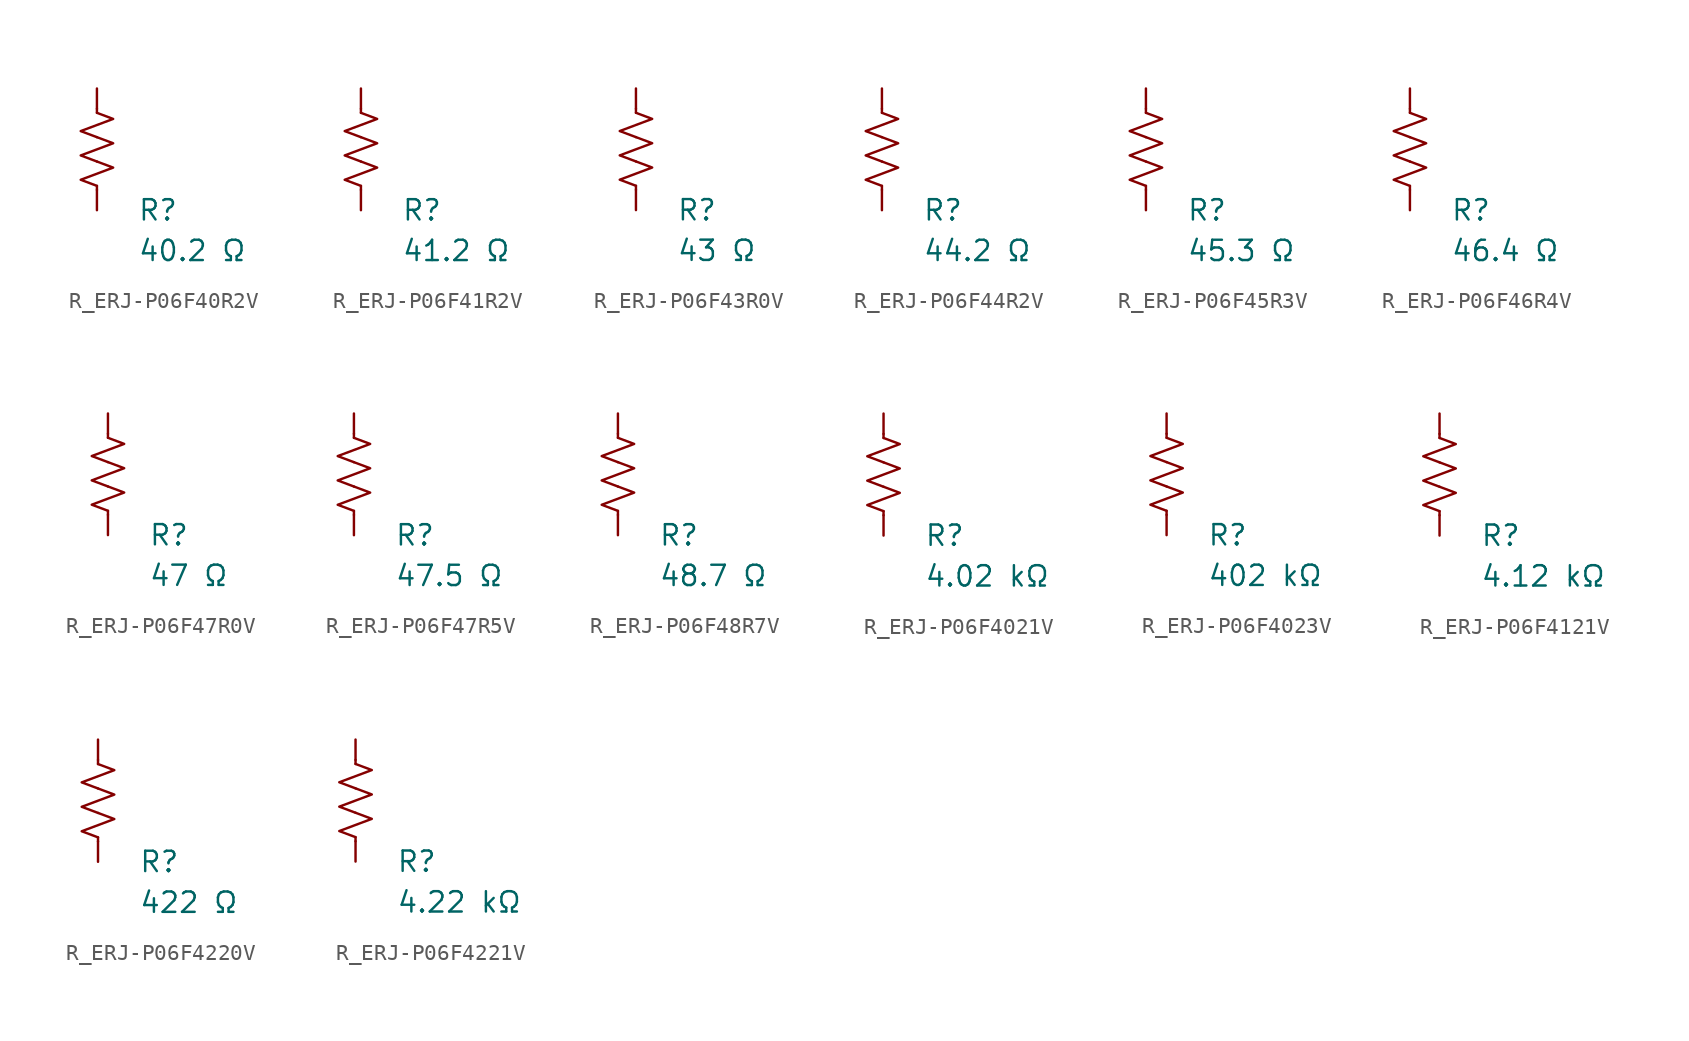
<source format=kicad_sym>
(kicad_symbol_lib
  (version 20231120)
  (generator "kicad_symbol_editor")
  (generator_version "8.0")
  (symbol "R_ERJ-P06F40R2V"
    (pin_numbers hide)
    (pin_names
      (offset 0))
    (property "Reference" "R"
      (at 2.54 -3.81 0)
      (effects (font (size 1.27 1.27)) (justify left))
      (show_name no))
    (property "Value" "40.2 Ω"
      (at 2.54 -6.35 0)
      (effects (font (size 1.27 1.27)) (justify left))
      (show_name no))
    (symbol "R_ERJ-P06F40R2V_0_1"
      (polyline (pts (xy 0 -2.286) (xy 0 -2.54)) (stroke (width 0) (type default)) (fill (type none)))
      (polyline (pts (xy 0 2.286) (xy 0 2.54)) (stroke (width 0) (type default)) (fill (type none)))
      (polyline (pts (xy 0 -0.762) (xy 1.016 -1.143) (xy 0 -1.524) (xy -1.016 -1.905) (xy 0 -2.286)) (stroke (width 0) (type default)) (fill (type none)))
      (polyline (pts (xy 0 0.762) (xy 1.016 0.381) (xy 0 0) (xy -1.016 -0.381) (xy 0 -0.762)) (stroke (width 0) (type default)) (fill (type none)))
      (polyline (pts (xy 0 2.286) (xy 1.016 1.905) (xy 0 1.524) (xy -1.016 1.143) (xy 0 0.762)) (stroke (width 0) (type default)) (fill (type none))))
    (symbol "R_ERJ-P06F40R2V_1_1"
      (pin passive line (at 0 3.81 270) (length 1.27) (name "~" (effects (font (size 1.27 1.27)))) (number "1" (effects (font (size 1.27 1.27)))))
      (pin passive line (at 0 -3.81 90) (length 1.27) (name "~" (effects (font (size 1.27 1.27)))) (number "2" (effects (font (size 1.27 1.27)))))))
  (symbol "R_ERJ-P06F41R2V"
    (pin_numbers hide)
    (pin_names
      (offset 0))
    (property "Reference" "R"
      (at 2.54 -3.81 0)
      (effects (font (size 1.27 1.27)) (justify left))
      (show_name no))
    (property "Value" "41.2 Ω"
      (at 2.54 -6.35 0)
      (effects (font (size 1.27 1.27)) (justify left))
      (show_name no))
    (symbol "R_ERJ-P06F41R2V_0_1"
      (polyline (pts (xy 0 -2.286) (xy 0 -2.54)) (stroke (width 0) (type default)) (fill (type none)))
      (polyline (pts (xy 0 2.286) (xy 0 2.54)) (stroke (width 0) (type default)) (fill (type none)))
      (polyline (pts (xy 0 -0.762) (xy 1.016 -1.143) (xy 0 -1.524) (xy -1.016 -1.905) (xy 0 -2.286)) (stroke (width 0) (type default)) (fill (type none)))
      (polyline (pts (xy 0 0.762) (xy 1.016 0.381) (xy 0 0) (xy -1.016 -0.381) (xy 0 -0.762)) (stroke (width 0) (type default)) (fill (type none)))
      (polyline (pts (xy 0 2.286) (xy 1.016 1.905) (xy 0 1.524) (xy -1.016 1.143) (xy 0 0.762)) (stroke (width 0) (type default)) (fill (type none))))
    (symbol "R_ERJ-P06F41R2V_1_1"
      (pin passive line (at 0 3.81 270) (length 1.27) (name "~" (effects (font (size 1.27 1.27)))) (number "1" (effects (font (size 1.27 1.27)))))
      (pin passive line (at 0 -3.81 90) (length 1.27) (name "~" (effects (font (size 1.27 1.27)))) (number "2" (effects (font (size 1.27 1.27)))))))
  (symbol "R_ERJ-P06F43R0V"
    (pin_numbers hide)
    (pin_names
      (offset 0))
    (property "Reference" "R"
      (at 2.54 -3.81 0)
      (effects (font (size 1.27 1.27)) (justify left))
      (show_name no))
    (property "Value" "43 Ω"
      (at 2.54 -6.35 0)
      (effects (font (size 1.27 1.27)) (justify left))
      (show_name no))
    (symbol "R_ERJ-P06F43R0V_0_1"
      (polyline (pts (xy 0 -2.286) (xy 0 -2.54)) (stroke (width 0) (type default)) (fill (type none)))
      (polyline (pts (xy 0 2.286) (xy 0 2.54)) (stroke (width 0) (type default)) (fill (type none)))
      (polyline (pts (xy 0 -0.762) (xy 1.016 -1.143) (xy 0 -1.524) (xy -1.016 -1.905) (xy 0 -2.286)) (stroke (width 0) (type default)) (fill (type none)))
      (polyline (pts (xy 0 0.762) (xy 1.016 0.381) (xy 0 0) (xy -1.016 -0.381) (xy 0 -0.762)) (stroke (width 0) (type default)) (fill (type none)))
      (polyline (pts (xy 0 2.286) (xy 1.016 1.905) (xy 0 1.524) (xy -1.016 1.143) (xy 0 0.762)) (stroke (width 0) (type default)) (fill (type none))))
    (symbol "R_ERJ-P06F43R0V_1_1"
      (pin passive line (at 0 3.81 270) (length 1.27) (name "~" (effects (font (size 1.27 1.27)))) (number "1" (effects (font (size 1.27 1.27)))))
      (pin passive line (at 0 -3.81 90) (length 1.27) (name "~" (effects (font (size 1.27 1.27)))) (number "2" (effects (font (size 1.27 1.27)))))))
  (symbol "R_ERJ-P06F44R2V"
    (pin_numbers hide)
    (pin_names
      (offset 0))
    (property "Reference" "R"
      (at 2.54 -3.81 0)
      (effects (font (size 1.27 1.27)) (justify left))
      (show_name no))
    (property "Value" "44.2 Ω"
      (at 2.54 -6.35 0)
      (effects (font (size 1.27 1.27)) (justify left))
      (show_name no))
    (symbol "R_ERJ-P06F44R2V_0_1"
      (polyline (pts (xy 0 -2.286) (xy 0 -2.54)) (stroke (width 0) (type default)) (fill (type none)))
      (polyline (pts (xy 0 2.286) (xy 0 2.54)) (stroke (width 0) (type default)) (fill (type none)))
      (polyline (pts (xy 0 -0.762) (xy 1.016 -1.143) (xy 0 -1.524) (xy -1.016 -1.905) (xy 0 -2.286)) (stroke (width 0) (type default)) (fill (type none)))
      (polyline (pts (xy 0 0.762) (xy 1.016 0.381) (xy 0 0) (xy -1.016 -0.381) (xy 0 -0.762)) (stroke (width 0) (type default)) (fill (type none)))
      (polyline (pts (xy 0 2.286) (xy 1.016 1.905) (xy 0 1.524) (xy -1.016 1.143) (xy 0 0.762)) (stroke (width 0) (type default)) (fill (type none))))
    (symbol "R_ERJ-P06F44R2V_1_1"
      (pin passive line (at 0 3.81 270) (length 1.27) (name "~" (effects (font (size 1.27 1.27)))) (number "1" (effects (font (size 1.27 1.27)))))
      (pin passive line (at 0 -3.81 90) (length 1.27) (name "~" (effects (font (size 1.27 1.27)))) (number "2" (effects (font (size 1.27 1.27)))))))
  (symbol "R_ERJ-P06F45R3V"
    (pin_numbers hide)
    (pin_names
      (offset 0))
    (property "Reference" "R"
      (at 2.54 -3.81 0)
      (effects (font (size 1.27 1.27)) (justify left))
      (show_name no))
    (property "Value" "45.3 Ω"
      (at 2.54 -6.35 0)
      (effects (font (size 1.27 1.27)) (justify left))
      (show_name no))
    (symbol "R_ERJ-P06F45R3V_0_1"
      (polyline (pts (xy 0 -2.286) (xy 0 -2.54)) (stroke (width 0) (type default)) (fill (type none)))
      (polyline (pts (xy 0 2.286) (xy 0 2.54)) (stroke (width 0) (type default)) (fill (type none)))
      (polyline (pts (xy 0 -0.762) (xy 1.016 -1.143) (xy 0 -1.524) (xy -1.016 -1.905) (xy 0 -2.286)) (stroke (width 0) (type default)) (fill (type none)))
      (polyline (pts (xy 0 0.762) (xy 1.016 0.381) (xy 0 0) (xy -1.016 -0.381) (xy 0 -0.762)) (stroke (width 0) (type default)) (fill (type none)))
      (polyline (pts (xy 0 2.286) (xy 1.016 1.905) (xy 0 1.524) (xy -1.016 1.143) (xy 0 0.762)) (stroke (width 0) (type default)) (fill (type none))))
    (symbol "R_ERJ-P06F45R3V_1_1"
      (pin passive line (at 0 3.81 270) (length 1.27) (name "~" (effects (font (size 1.27 1.27)))) (number "1" (effects (font (size 1.27 1.27)))))
      (pin passive line (at 0 -3.81 90) (length 1.27) (name "~" (effects (font (size 1.27 1.27)))) (number "2" (effects (font (size 1.27 1.27)))))))
  (symbol "R_ERJ-P06F46R4V"
    (pin_numbers hide)
    (pin_names
      (offset 0))
    (property "Reference" "R"
      (at 2.54 -3.81 0)
      (effects (font (size 1.27 1.27)) (justify left))
      (show_name no))
    (property "Value" "46.4 Ω"
      (at 2.54 -6.35 0)
      (effects (font (size 1.27 1.27)) (justify left))
      (show_name no))
    (symbol "R_ERJ-P06F46R4V_0_1"
      (polyline (pts (xy 0 -2.286) (xy 0 -2.54)) (stroke (width 0) (type default)) (fill (type none)))
      (polyline (pts (xy 0 2.286) (xy 0 2.54)) (stroke (width 0) (type default)) (fill (type none)))
      (polyline (pts (xy 0 -0.762) (xy 1.016 -1.143) (xy 0 -1.524) (xy -1.016 -1.905) (xy 0 -2.286)) (stroke (width 0) (type default)) (fill (type none)))
      (polyline (pts (xy 0 0.762) (xy 1.016 0.381) (xy 0 0) (xy -1.016 -0.381) (xy 0 -0.762)) (stroke (width 0) (type default)) (fill (type none)))
      (polyline (pts (xy 0 2.286) (xy 1.016 1.905) (xy 0 1.524) (xy -1.016 1.143) (xy 0 0.762)) (stroke (width 0) (type default)) (fill (type none))))
    (symbol "R_ERJ-P06F46R4V_1_1"
      (pin passive line (at 0 3.81 270) (length 1.27) (name "~" (effects (font (size 1.27 1.27)))) (number "1" (effects (font (size 1.27 1.27)))))
      (pin passive line (at 0 -3.81 90) (length 1.27) (name "~" (effects (font (size 1.27 1.27)))) (number "2" (effects (font (size 1.27 1.27)))))))
  (symbol "R_ERJ-P06F47R0V"
    (pin_numbers hide)
    (pin_names
      (offset 0))
    (property "Reference" "R"
      (at 2.54 -3.81 0)
      (effects (font (size 1.27 1.27)) (justify left))
      (show_name no))
    (property "Value" "47 Ω"
      (at 2.54 -6.35 0)
      (effects (font (size 1.27 1.27)) (justify left))
      (show_name no))
    (symbol "R_ERJ-P06F47R0V_0_1"
      (polyline (pts (xy 0 -2.286) (xy 0 -2.54)) (stroke (width 0) (type default)) (fill (type none)))
      (polyline (pts (xy 0 2.286) (xy 0 2.54)) (stroke (width 0) (type default)) (fill (type none)))
      (polyline (pts (xy 0 -0.762) (xy 1.016 -1.143) (xy 0 -1.524) (xy -1.016 -1.905) (xy 0 -2.286)) (stroke (width 0) (type default)) (fill (type none)))
      (polyline (pts (xy 0 0.762) (xy 1.016 0.381) (xy 0 0) (xy -1.016 -0.381) (xy 0 -0.762)) (stroke (width 0) (type default)) (fill (type none)))
      (polyline (pts (xy 0 2.286) (xy 1.016 1.905) (xy 0 1.524) (xy -1.016 1.143) (xy 0 0.762)) (stroke (width 0) (type default)) (fill (type none))))
    (symbol "R_ERJ-P06F47R0V_1_1"
      (pin passive line (at 0 3.81 270) (length 1.27) (name "~" (effects (font (size 1.27 1.27)))) (number "1" (effects (font (size 1.27 1.27)))))
      (pin passive line (at 0 -3.81 90) (length 1.27) (name "~" (effects (font (size 1.27 1.27)))) (number "2" (effects (font (size 1.27 1.27)))))))
  (symbol "R_ERJ-P06F47R5V"
    (pin_numbers hide)
    (pin_names
      (offset 0))
    (property "Reference" "R"
      (at 2.54 -3.81 0)
      (effects (font (size 1.27 1.27)) (justify left))
      (show_name no))
    (property "Value" "47.5 Ω"
      (at 2.54 -6.35 0)
      (effects (font (size 1.27 1.27)) (justify left))
      (show_name no))
    (symbol "R_ERJ-P06F47R5V_0_1"
      (polyline (pts (xy 0 -2.286) (xy 0 -2.54)) (stroke (width 0) (type default)) (fill (type none)))
      (polyline (pts (xy 0 2.286) (xy 0 2.54)) (stroke (width 0) (type default)) (fill (type none)))
      (polyline (pts (xy 0 -0.762) (xy 1.016 -1.143) (xy 0 -1.524) (xy -1.016 -1.905) (xy 0 -2.286)) (stroke (width 0) (type default)) (fill (type none)))
      (polyline (pts (xy 0 0.762) (xy 1.016 0.381) (xy 0 0) (xy -1.016 -0.381) (xy 0 -0.762)) (stroke (width 0) (type default)) (fill (type none)))
      (polyline (pts (xy 0 2.286) (xy 1.016 1.905) (xy 0 1.524) (xy -1.016 1.143) (xy 0 0.762)) (stroke (width 0) (type default)) (fill (type none))))
    (symbol "R_ERJ-P06F47R5V_1_1"
      (pin passive line (at 0 3.81 270) (length 1.27) (name "~" (effects (font (size 1.27 1.27)))) (number "1" (effects (font (size 1.27 1.27)))))
      (pin passive line (at 0 -3.81 90) (length 1.27) (name "~" (effects (font (size 1.27 1.27)))) (number "2" (effects (font (size 1.27 1.27)))))))
  (symbol "R_ERJ-P06F48R7V"
    (pin_numbers hide)
    (pin_names
      (offset 0))
    (property "Reference" "R"
      (at 2.54 -3.81 0)
      (effects (font (size 1.27 1.27)) (justify left))
      (show_name no))
    (property "Value" "48.7 Ω"
      (at 2.54 -6.35 0)
      (effects (font (size 1.27 1.27)) (justify left))
      (show_name no))
    (symbol "R_ERJ-P06F48R7V_0_1"
      (polyline (pts (xy 0 -2.286) (xy 0 -2.54)) (stroke (width 0) (type default)) (fill (type none)))
      (polyline (pts (xy 0 2.286) (xy 0 2.54)) (stroke (width 0) (type default)) (fill (type none)))
      (polyline (pts (xy 0 -0.762) (xy 1.016 -1.143) (xy 0 -1.524) (xy -1.016 -1.905) (xy 0 -2.286)) (stroke (width 0) (type default)) (fill (type none)))
      (polyline (pts (xy 0 0.762) (xy 1.016 0.381) (xy 0 0) (xy -1.016 -0.381) (xy 0 -0.762)) (stroke (width 0) (type default)) (fill (type none)))
      (polyline (pts (xy 0 2.286) (xy 1.016 1.905) (xy 0 1.524) (xy -1.016 1.143) (xy 0 0.762)) (stroke (width 0) (type default)) (fill (type none))))
    (symbol "R_ERJ-P06F48R7V_1_1"
      (pin passive line (at 0 3.81 270) (length 1.27) (name "~" (effects (font (size 1.27 1.27)))) (number "1" (effects (font (size 1.27 1.27)))))
      (pin passive line (at 0 -3.81 90) (length 1.27) (name "~" (effects (font (size 1.27 1.27)))) (number "2" (effects (font (size 1.27 1.27)))))))
  (symbol "R_ERJ-P06F4021V"
    (pin_numbers hide)
    (pin_names
      (offset 0))
    (property "Reference" "R"
      (at 2.54 -3.81 0)
      (effects (font (size 1.27 1.27)) (justify left))
      (show_name no))
    (property "Value" "4.02 kΩ"
      (at 2.54 -6.35 0)
      (effects (font (size 1.27 1.27)) (justify left))
      (show_name no))
    (symbol "R_ERJ-P06F4021V_0_1"
      (polyline (pts (xy 0 -2.286) (xy 0 -2.54)) (stroke (width 0) (type default)) (fill (type none)))
      (polyline (pts (xy 0 2.286) (xy 0 2.54)) (stroke (width 0) (type default)) (fill (type none)))
      (polyline (pts (xy 0 -0.762) (xy 1.016 -1.143) (xy 0 -1.524) (xy -1.016 -1.905) (xy 0 -2.286)) (stroke (width 0) (type default)) (fill (type none)))
      (polyline (pts (xy 0 0.762) (xy 1.016 0.381) (xy 0 0) (xy -1.016 -0.381) (xy 0 -0.762)) (stroke (width 0) (type default)) (fill (type none)))
      (polyline (pts (xy 0 2.286) (xy 1.016 1.905) (xy 0 1.524) (xy -1.016 1.143) (xy 0 0.762)) (stroke (width 0) (type default)) (fill (type none))))
    (symbol "R_ERJ-P06F4021V_1_1"
      (pin passive line (at 0 3.81 270) (length 1.27) (name "~" (effects (font (size 1.27 1.27)))) (number "1" (effects (font (size 1.27 1.27)))))
      (pin passive line (at 0 -3.81 90) (length 1.27) (name "~" (effects (font (size 1.27 1.27)))) (number "2" (effects (font (size 1.27 1.27)))))))
  (symbol "R_ERJ-P06F4023V"
    (pin_numbers hide)
    (pin_names
      (offset 0))
    (property "Reference" "R"
      (at 2.54 -3.81 0)
      (effects (font (size 1.27 1.27)) (justify left))
      (show_name no))
    (property "Value" "402 kΩ"
      (at 2.54 -6.35 0)
      (effects (font (size 1.27 1.27)) (justify left))
      (show_name no))
    (symbol "R_ERJ-P06F4023V_0_1"
      (polyline (pts (xy 0 -2.286) (xy 0 -2.54)) (stroke (width 0) (type default)) (fill (type none)))
      (polyline (pts (xy 0 2.286) (xy 0 2.54)) (stroke (width 0) (type default)) (fill (type none)))
      (polyline (pts (xy 0 -0.762) (xy 1.016 -1.143) (xy 0 -1.524) (xy -1.016 -1.905) (xy 0 -2.286)) (stroke (width 0) (type default)) (fill (type none)))
      (polyline (pts (xy 0 0.762) (xy 1.016 0.381) (xy 0 0) (xy -1.016 -0.381) (xy 0 -0.762)) (stroke (width 0) (type default)) (fill (type none)))
      (polyline (pts (xy 0 2.286) (xy 1.016 1.905) (xy 0 1.524) (xy -1.016 1.143) (xy 0 0.762)) (stroke (width 0) (type default)) (fill (type none))))
    (symbol "R_ERJ-P06F4023V_1_1"
      (pin passive line (at 0 3.81 270) (length 1.27) (name "~" (effects (font (size 1.27 1.27)))) (number "1" (effects (font (size 1.27 1.27)))))
      (pin passive line (at 0 -3.81 90) (length 1.27) (name "~" (effects (font (size 1.27 1.27)))) (number "2" (effects (font (size 1.27 1.27)))))))
  (symbol "R_ERJ-P06F4121V"
    (pin_numbers hide)
    (pin_names
      (offset 0))
    (property "Reference" "R"
      (at 2.54 -3.81 0)
      (effects (font (size 1.27 1.27)) (justify left))
      (show_name no))
    (property "Value" "4.12 kΩ"
      (at 2.54 -6.35 0)
      (effects (font (size 1.27 1.27)) (justify left))
      (show_name no))
    (symbol "R_ERJ-P06F4121V_0_1"
      (polyline (pts (xy 0 -2.286) (xy 0 -2.54)) (stroke (width 0) (type default)) (fill (type none)))
      (polyline (pts (xy 0 2.286) (xy 0 2.54)) (stroke (width 0) (type default)) (fill (type none)))
      (polyline (pts (xy 0 -0.762) (xy 1.016 -1.143) (xy 0 -1.524) (xy -1.016 -1.905) (xy 0 -2.286)) (stroke (width 0) (type default)) (fill (type none)))
      (polyline (pts (xy 0 0.762) (xy 1.016 0.381) (xy 0 0) (xy -1.016 -0.381) (xy 0 -0.762)) (stroke (width 0) (type default)) (fill (type none)))
      (polyline (pts (xy 0 2.286) (xy 1.016 1.905) (xy 0 1.524) (xy -1.016 1.143) (xy 0 0.762)) (stroke (width 0) (type default)) (fill (type none))))
    (symbol "R_ERJ-P06F4121V_1_1"
      (pin passive line (at 0 3.81 270) (length 1.27) (name "~" (effects (font (size 1.27 1.27)))) (number "1" (effects (font (size 1.27 1.27)))))
      (pin passive line (at 0 -3.81 90) (length 1.27) (name "~" (effects (font (size 1.27 1.27)))) (number "2" (effects (font (size 1.27 1.27)))))))
  (symbol "R_ERJ-P06F4220V"
    (pin_numbers hide)
    (pin_names
      (offset 0))
    (property "Reference" "R"
      (at 2.54 -3.81 0)
      (effects (font (size 1.27 1.27)) (justify left))
      (show_name no))
    (property "Value" "422 Ω"
      (at 2.54 -6.35 0)
      (effects (font (size 1.27 1.27)) (justify left))
      (show_name no))
    (symbol "R_ERJ-P06F4220V_0_1"
      (polyline (pts (xy 0 -2.286) (xy 0 -2.54)) (stroke (width 0) (type default)) (fill (type none)))
      (polyline (pts (xy 0 2.286) (xy 0 2.54)) (stroke (width 0) (type default)) (fill (type none)))
      (polyline (pts (xy 0 -0.762) (xy 1.016 -1.143) (xy 0 -1.524) (xy -1.016 -1.905) (xy 0 -2.286)) (stroke (width 0) (type default)) (fill (type none)))
      (polyline (pts (xy 0 0.762) (xy 1.016 0.381) (xy 0 0) (xy -1.016 -0.381) (xy 0 -0.762)) (stroke (width 0) (type default)) (fill (type none)))
      (polyline (pts (xy 0 2.286) (xy 1.016 1.905) (xy 0 1.524) (xy -1.016 1.143) (xy 0 0.762)) (stroke (width 0) (type default)) (fill (type none))))
    (symbol "R_ERJ-P06F4220V_1_1"
      (pin passive line (at 0 3.81 270) (length 1.27) (name "~" (effects (font (size 1.27 1.27)))) (number "1" (effects (font (size 1.27 1.27)))))
      (pin passive line (at 0 -3.81 90) (length 1.27) (name "~" (effects (font (size 1.27 1.27)))) (number "2" (effects (font (size 1.27 1.27)))))))
  (symbol "R_ERJ-P06F4221V"
    (pin_numbers hide)
    (pin_names
      (offset 0))
    (property "Reference" "R"
      (at 2.54 -3.81 0)
      (effects (font (size 1.27 1.27)) (justify left))
      (show_name no))
    (property "Value" "4.22 kΩ"
      (at 2.54 -6.35 0)
      (effects (font (size 1.27 1.27)) (justify left))
      (show_name no))
    (symbol "R_ERJ-P06F4221V_0_1"
      (polyline (pts (xy 0 -2.286) (xy 0 -2.54)) (stroke (width 0) (type default)) (fill (type none)))
      (polyline (pts (xy 0 2.286) (xy 0 2.54)) (stroke (width 0) (type default)) (fill (type none)))
      (polyline (pts (xy 0 -0.762) (xy 1.016 -1.143) (xy 0 -1.524) (xy -1.016 -1.905) (xy 0 -2.286)) (stroke (width 0) (type default)) (fill (type none)))
      (polyline (pts (xy 0 0.762) (xy 1.016 0.381) (xy 0 0) (xy -1.016 -0.381) (xy 0 -0.762)) (stroke (width 0) (type default)) (fill (type none)))
      (polyline (pts (xy 0 2.286) (xy 1.016 1.905) (xy 0 1.524) (xy -1.016 1.143) (xy 0 0.762)) (stroke (width 0) (type default)) (fill (type none))))
    (symbol "R_ERJ-P06F4221V_1_1"
      (pin passive line (at 0 3.81 270) (length 1.27) (name "~" (effects (font (size 1.27 1.27)))) (number "1" (effects (font (size 1.27 1.27)))))
      (pin passive line (at 0 -3.81 90) (length 1.27) (name "~" (effects (font (size 1.27 1.27)))) (number "2" (effects (font (size 1.27 1.27))))))))
</source>
